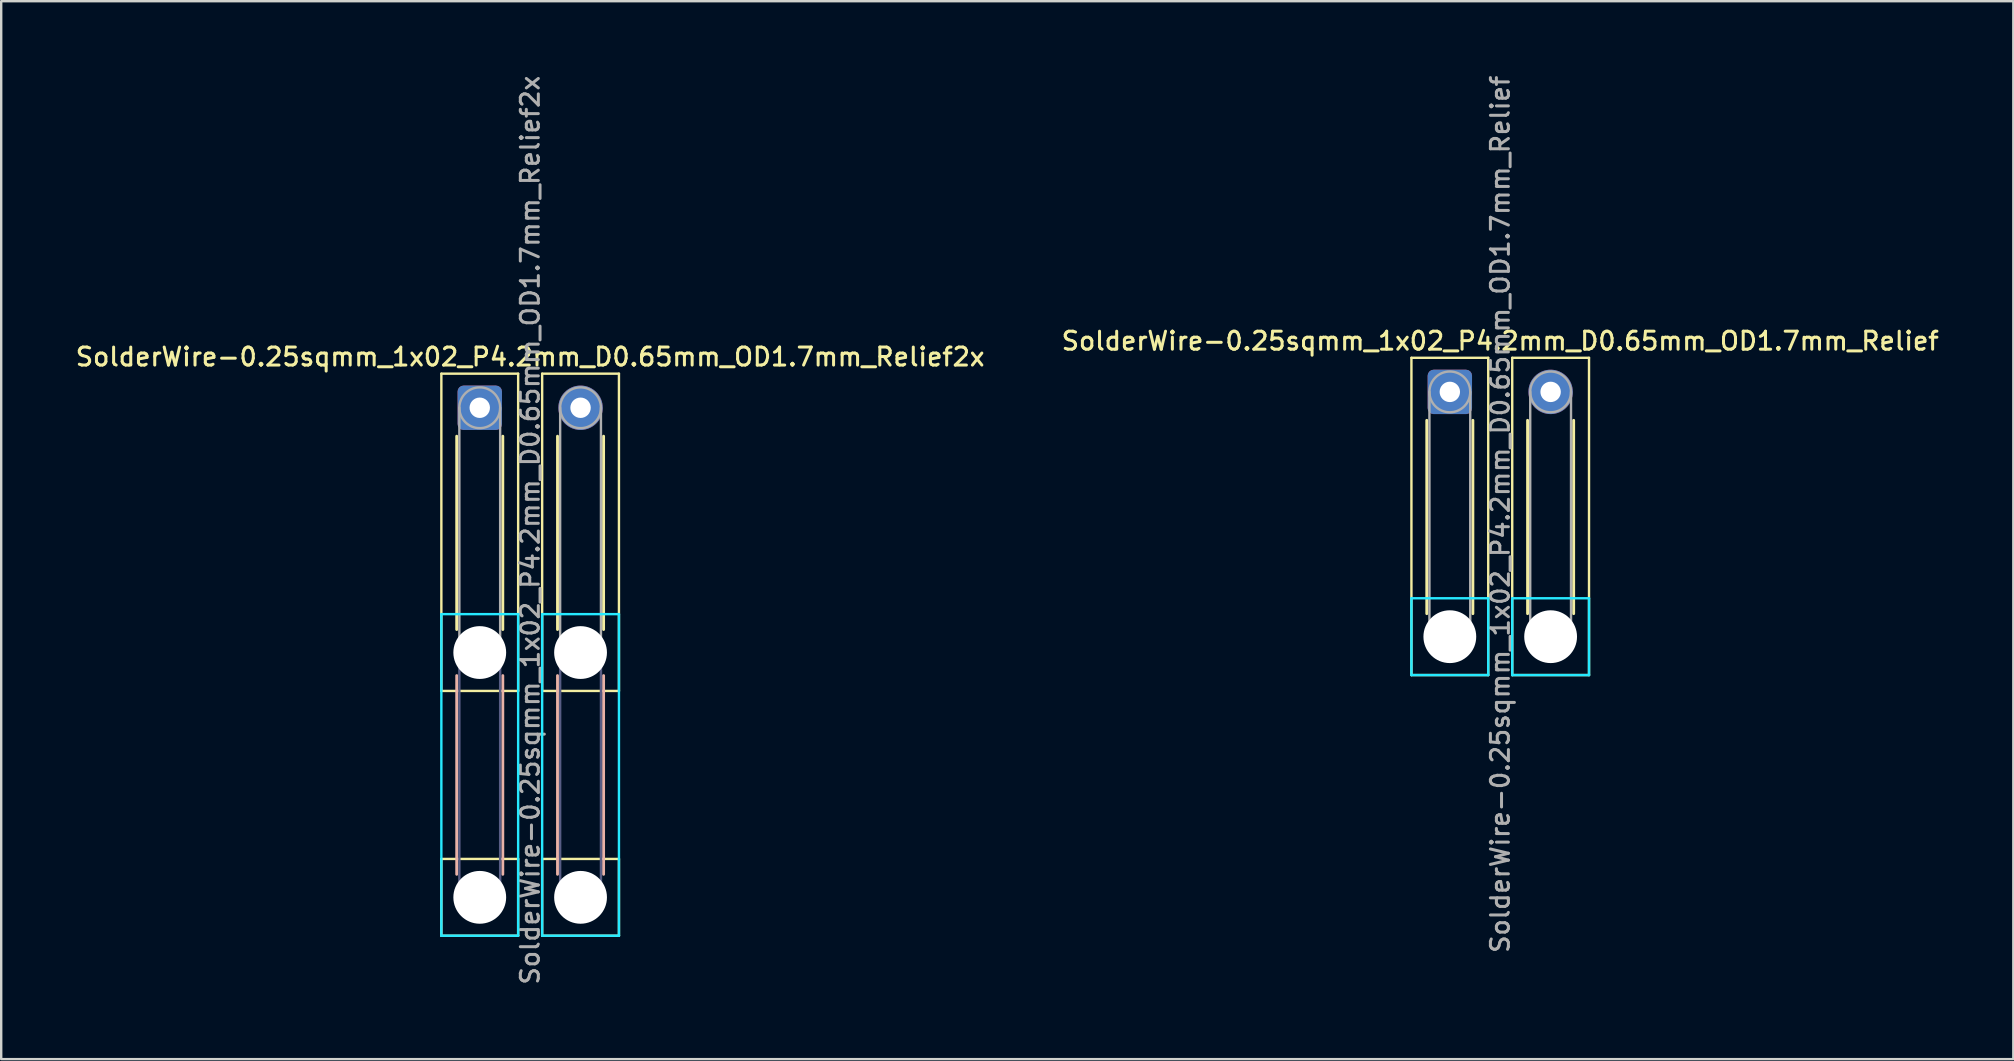
<source format=kicad_pcb>
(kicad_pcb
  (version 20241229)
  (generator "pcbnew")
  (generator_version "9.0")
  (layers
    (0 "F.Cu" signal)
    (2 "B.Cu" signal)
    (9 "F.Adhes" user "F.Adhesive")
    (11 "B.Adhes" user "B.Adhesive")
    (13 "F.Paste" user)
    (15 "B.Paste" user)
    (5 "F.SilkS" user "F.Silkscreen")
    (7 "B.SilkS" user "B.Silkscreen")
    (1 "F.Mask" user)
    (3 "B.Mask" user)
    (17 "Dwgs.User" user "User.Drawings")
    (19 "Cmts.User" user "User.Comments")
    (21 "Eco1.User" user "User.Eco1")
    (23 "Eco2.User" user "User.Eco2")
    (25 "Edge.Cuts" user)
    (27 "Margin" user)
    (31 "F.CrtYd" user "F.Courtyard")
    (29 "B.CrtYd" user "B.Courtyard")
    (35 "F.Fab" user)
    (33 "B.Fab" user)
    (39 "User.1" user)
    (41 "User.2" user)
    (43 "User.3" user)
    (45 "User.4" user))
  (footprint "SolderWire-0.25sqmm_1x02_P4.2mm_D0.65mm_OD1.7mm_Relief2x"
    (layer "F.Cu")
    (at 16.941 13.941)
    (property "Reference" "SolderWire-0.25sqmm_1x02_P4.2mm_D0.65mm_OD1.7mm_Relief2x" (at 2.1 -2.12 0) (layer "F.SilkS") (effects (font (size 0.75 0.75) (thickness 0.125))))
    (attr exclude_from_pos_files exclude_from_bom)
    (fp_line (start -1.6 -1.42) (end -1.6 11.8) (stroke (width 0.1) (type solid)) (layer "F.SilkS"))
    (fp_line (start -1.6 11.8) (end 1.6 11.8) (stroke (width 0.1) (type solid)) (layer "F.SilkS"))
    (fp_line (start -1.6 18.8) (end -1.6 22) (stroke (width 0.1) (type solid)) (layer "F.SilkS"))
    (fp_line (start -1.6 22) (end 1.6 22) (stroke (width 0.1) (type solid)) (layer "F.SilkS"))
    (fp_line (start -0.96 1.185) (end -0.96 9.24) (stroke (width 0.12) (type solid)) (layer "F.SilkS"))
    (fp_line (start 0.96 1.185) (end 0.96 9.24) (stroke (width 0.12) (type solid)) (layer "F.SilkS"))
    (fp_line (start 1.6 -1.42) (end -1.6 -1.42) (stroke (width 0.1) (type solid)) (layer "F.SilkS"))
    (fp_line (start 1.6 11.8) (end 1.6 -1.42) (stroke (width 0.1) (type solid)) (layer "F.SilkS"))
    (fp_line (start 1.6 18.8) (end -1.6 18.8) (stroke (width 0.1) (type solid)) (layer "F.SilkS"))
    (fp_line (start 1.6 22) (end 1.6 18.8) (stroke (width 0.1) (type solid)) (layer "F.SilkS"))
    (fp_line (start 2.6 -1.42) (end 2.6 11.8) (stroke (width 0.1) (type solid)) (layer "F.SilkS"))
    (fp_line (start 2.6 11.8) (end 5.8 11.8) (stroke (width 0.1) (type solid)) (layer "F.SilkS"))
    (fp_line (start 2.6 18.8) (end 2.6 22) (stroke (width 0.1) (type solid)) (layer "F.SilkS"))
    (fp_line (start 2.6 22) (end 5.8 22) (stroke (width 0.1) (type solid)) (layer "F.SilkS"))
    (fp_line (start 3.24 1.185) (end 3.24 9.24) (stroke (width 0.12) (type solid)) (layer "F.SilkS"))
    (fp_line (start 5.16 1.185) (end 5.16 9.24) (stroke (width 0.12) (type solid)) (layer "F.SilkS"))
    (fp_line (start 5.8 -1.42) (end 2.6 -1.42) (stroke (width 0.1) (type solid)) (layer "F.SilkS"))
    (fp_line (start 5.8 11.8) (end 5.8 -1.42) (stroke (width 0.1) (type solid)) (layer "F.SilkS"))
    (fp_line (start 5.8 18.8) (end 2.6 18.8) (stroke (width 0.1) (type solid)) (layer "F.SilkS"))
    (fp_line (start 5.8 22) (end 5.8 18.8) (stroke (width 0.1) (type solid)) (layer "F.SilkS"))
    (fp_line (start -0.96 11.16) (end -0.96 19.44) (stroke (width 0.12) (type solid)) (layer "B.SilkS"))
    (fp_line (start 0.96 11.16) (end 0.96 19.44) (stroke (width 0.12) (type solid)) (layer "B.SilkS"))
    (fp_line (start 3.24 11.16) (end 3.24 19.44) (stroke (width 0.12) (type solid)) (layer "B.SilkS"))
    (fp_line (start 5.16 11.16) (end 5.16 19.44) (stroke (width 0.12) (type solid)) (layer "B.SilkS"))
    (fp_line (start -1.6 8.6) (end -1.6 22) (stroke (width 0.1) (type solid)) (layer "B.CrtYd"))
    (fp_line (start -1.6 22) (end 1.6 22) (stroke (width 0.1) (type solid)) (layer "B.CrtYd"))
    (fp_line (start 1.6 8.6) (end -1.6 8.6) (stroke (width 0.1) (type solid)) (layer "B.CrtYd"))
    (fp_line (start 1.6 22) (end 1.6 8.6) (stroke (width 0.1) (type solid)) (layer "B.CrtYd"))
    (fp_line (start 2.6 8.6) (end 2.6 22) (stroke (width 0.1) (type solid)) (layer "B.CrtYd"))
    (fp_line (start 2.6 22) (end 5.8 22) (stroke (width 0.1) (type solid)) (layer "B.CrtYd"))
    (fp_line (start 5.8 8.6) (end 2.6 8.6) (stroke (width 0.1) (type solid)) (layer "B.CrtYd"))
    (fp_line (start 5.8 22) (end 5.8 8.6) (stroke (width 0.1) (type solid)) (layer "B.CrtYd"))
    (fp_line (start -0.85 10.2) (end -0.85 20.4) (stroke (width 0.1) (type solid)) (layer "B.Fab"))
    (fp_line (start 0.85 10.2) (end 0.85 20.4) (stroke (width 0.1) (type solid)) (layer "B.Fab"))
    (fp_line (start 3.35 10.2) (end 3.35 20.4) (stroke (width 0.1) (type solid)) (layer "B.Fab"))
    (fp_line (start 5.05 10.2) (end 5.05 20.4) (stroke (width 0.1) (type solid)) (layer "B.Fab"))
    (fp_circle (center 0 10.2) (end 0.85 10.2) (stroke (width 0.1) (type solid)) (fill no) (layer "B.Fab"))
    (fp_circle (center 0 20.4) (end 0.85 20.4) (stroke (width 0.1) (type solid)) (fill no) (layer "B.Fab"))
    (fp_circle (center 4.2 10.2) (end 5.05 10.2) (stroke (width 0.1) (type solid)) (fill no) (layer "B.Fab"))
    (fp_circle (center 4.2 20.4) (end 5.05 20.4) (stroke (width 0.1) (type solid)) (fill no) (layer "B.Fab"))
    (fp_line (start -0.85 0) (end -0.85 10.2) (stroke (width 0.1) (type solid)) (layer "F.Fab"))
    (fp_line (start 0.85 0) (end 0.85 10.2) (stroke (width 0.1) (type solid)) (layer "F.Fab"))
    (fp_line (start 3.35 0) (end 3.35 10.2) (stroke (width 0.1) (type solid)) (layer "F.Fab"))
    (fp_line (start 5.05 0) (end 5.05 10.2) (stroke (width 0.1) (type solid)) (layer "F.Fab"))
    (fp_circle (center 0 0) (end 0.85 0) (stroke (width 0.1) (type solid)) (fill no) (layer "F.Fab"))
    (fp_circle (center 0 10.2) (end 0.85 10.2) (stroke (width 0.1) (type solid)) (fill no) (layer "F.Fab"))
    (fp_circle (center 0 20.4) (end 0.85 20.4) (stroke (width 0.1) (type solid)) (fill no) (layer "F.Fab"))
    (fp_circle (center 4.2 0) (end 5.05 0) (stroke (width 0.1) (type solid)) (fill no) (layer "F.Fab"))
    (fp_circle (center 4.2 10.2) (end 5.05 10.2) (stroke (width 0.1) (type solid)) (fill no) (layer "F.Fab"))
    (fp_circle (center 4.2 20.4) (end 5.05 20.4) (stroke (width 0.1) (type solid)) (fill no) (layer "F.Fab"))
    (fp_text user "${REFERENCE}" (at 2.1 5.1 90) (layer "F.Fab") (effects (font (size 0.75 0.75) (thickness 0.125))))
    (pad "" np_thru_hole circle (at 0 10.2) (size 2.2 2.2) (drill 2.2) (layers "*.Cu" "*.Mask"))
    (pad "" np_thru_hole circle (at 0 20.4) (size 2.2 2.2) (drill 2.2) (layers "*.Cu" "*.Mask"))
    (pad "" np_thru_hole circle (at 4.2 10.2) (size 2.2 2.2) (drill 2.2) (layers "*.Cu" "*.Mask"))
    (pad "" np_thru_hole circle (at 4.2 20.4) (size 2.2 2.2) (drill 2.2) (layers "*.Cu" "*.Mask"))
    (pad "1" thru_hole roundrect (at 0 0) (size 1.85 1.85) (drill 0.85) (layers "*.Cu" "*.Mask") (roundrect_rratio 0.135))
    (pad "2" thru_hole circle (at 4.2 0) (size 1.85 1.85) (drill 0.85) (layers "*.Cu" "*.Mask")))
  (footprint "SolderWire-0.25sqmm_1x02_P4.2mm_D0.65mm_OD1.7mm_Relief"
    (layer "F.Cu")
    (at 57.363 13.28)
    (property "Reference" "SolderWire-0.25sqmm_1x02_P4.2mm_D0.65mm_OD1.7mm_Relief" (at 2.1 -2.12 0) (layer "F.SilkS") (effects (font (size 0.75 0.75) (thickness 0.125))))
    (attr exclude_from_pos_files exclude_from_bom)
    (fp_line (start -1.6 -1.42) (end -1.6 11.8) (stroke (width 0.1) (type solid)) (layer "F.SilkS"))
    (fp_line (start -1.6 11.8) (end 1.6 11.8) (stroke (width 0.1) (type solid)) (layer "F.SilkS"))
    (fp_line (start -0.96 1.185) (end -0.96 9.24) (stroke (width 0.12) (type solid)) (layer "F.SilkS"))
    (fp_line (start 0.96 1.185) (end 0.96 9.24) (stroke (width 0.12) (type solid)) (layer "F.SilkS"))
    (fp_line (start 1.6 -1.42) (end -1.6 -1.42) (stroke (width 0.1) (type solid)) (layer "F.SilkS"))
    (fp_line (start 1.6 11.8) (end 1.6 -1.42) (stroke (width 0.1) (type solid)) (layer "F.SilkS"))
    (fp_line (start 2.6 -1.42) (end 2.6 11.8) (stroke (width 0.1) (type solid)) (layer "F.SilkS"))
    (fp_line (start 2.6 11.8) (end 5.8 11.8) (stroke (width 0.1) (type solid)) (layer "F.SilkS"))
    (fp_line (start 3.24 1.185) (end 3.24 9.24) (stroke (width 0.12) (type solid)) (layer "F.SilkS"))
    (fp_line (start 5.16 1.185) (end 5.16 9.24) (stroke (width 0.12) (type solid)) (layer "F.SilkS"))
    (fp_line (start 5.8 -1.42) (end 2.6 -1.42) (stroke (width 0.1) (type solid)) (layer "F.SilkS"))
    (fp_line (start 5.8 11.8) (end 5.8 -1.42) (stroke (width 0.1) (type solid)) (layer "F.SilkS"))
    (fp_line (start -1.6 8.6) (end -1.6 11.8) (stroke (width 0.1) (type solid)) (layer "B.CrtYd"))
    (fp_line (start -1.6 11.8) (end 1.6 11.8) (stroke (width 0.1) (type solid)) (layer "B.CrtYd"))
    (fp_line (start 1.6 8.6) (end -1.6 8.6) (stroke (width 0.1) (type solid)) (layer "B.CrtYd"))
    (fp_line (start 1.6 11.8) (end 1.6 8.6) (stroke (width 0.1) (type solid)) (layer "B.CrtYd"))
    (fp_line (start 2.6 8.6) (end 2.6 11.8) (stroke (width 0.1) (type solid)) (layer "B.CrtYd"))
    (fp_line (start 2.6 11.8) (end 5.8 11.8) (stroke (width 0.1) (type solid)) (layer "B.CrtYd"))
    (fp_line (start 5.8 8.6) (end 2.6 8.6) (stroke (width 0.1) (type solid)) (layer "B.CrtYd"))
    (fp_line (start 5.8 11.8) (end 5.8 8.6) (stroke (width 0.1) (type solid)) (layer "B.CrtYd"))
    (fp_line (start -0.85 0) (end -0.85 10.2) (stroke (width 0.1) (type solid)) (layer "F.Fab"))
    (fp_line (start 0.85 0) (end 0.85 10.2) (stroke (width 0.1) (type solid)) (layer "F.Fab"))
    (fp_line (start 3.35 0) (end 3.35 10.2) (stroke (width 0.1) (type solid)) (layer "F.Fab"))
    (fp_line (start 5.05 0) (end 5.05 10.2) (stroke (width 0.1) (type solid)) (layer "F.Fab"))
    (fp_circle (center 0 0) (end 0.85 0) (stroke (width 0.1) (type solid)) (fill no) (layer "F.Fab"))
    (fp_circle (center 0 10.2) (end 0.85 10.2) (stroke (width 0.1) (type solid)) (fill no) (layer "F.Fab"))
    (fp_circle (center 4.2 0) (end 5.05 0) (stroke (width 0.1) (type solid)) (fill no) (layer "F.Fab"))
    (fp_circle (center 4.2 10.2) (end 5.05 10.2) (stroke (width 0.1) (type solid)) (fill no) (layer "F.Fab"))
    (fp_text user "${REFERENCE}" (at 2.1 5.1 90) (layer "F.Fab") (effects (font (size 0.75 0.75) (thickness 0.125))))
    (pad "" np_thru_hole circle (at 0 10.2) (size 2.2 2.2) (drill 2.2) (layers "*.Cu" "*.Mask"))
    (pad "" np_thru_hole circle (at 4.2 10.2) (size 2.2 2.2) (drill 2.2) (layers "*.Cu" "*.Mask"))
    (pad "1" thru_hole roundrect (at 0 0) (size 1.85 1.85) (drill 0.85) (layers "*.Cu" "*.Mask") (roundrect_rratio 0.135))
    (pad "2" thru_hole circle (at 4.2 0) (size 1.85 1.85) (drill 0.85) (layers "*.Cu" "*.Mask")))
  (gr_rect
    (start -3 -3)
    (end 80.843 41.082)
    (stroke (width 0.1) (type default))
    (fill no)
    (layer "Edge.Cuts")))
</source>
